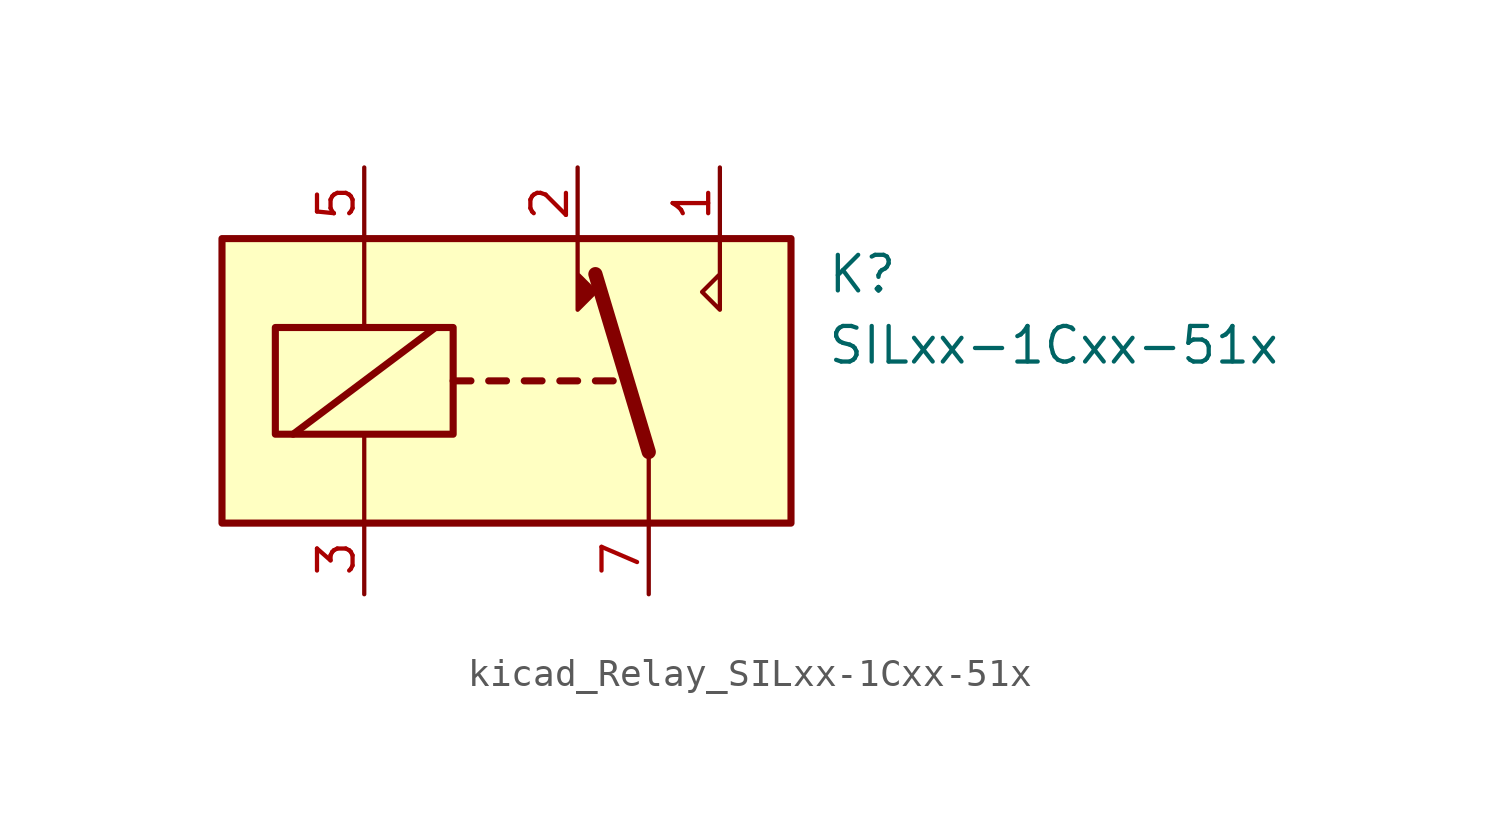
<source format=kicad_sym>
(kicad_symbol_lib
  (version 20220914)
  (generator kicad_symbol_editor)
  (symbol "kicad_Relay_SILxx-1Cxx-51x"
    (property "Reference" "K"
      (at 11.43 3.81 0)
      (effects (font (size 1.27 1.27)) (justify left)))
    (property "Value" "SILxx-1Cxx-51x"
      (at 11.43 1.27 0)
      (effects (font (size 1.27 1.27)) (justify left)))
    (symbol "kicad_Relay_SILxx-1Cxx-51x_0_0"
      (polyline (pts (xy 7.62 5.08) (xy 7.62 2.54) (xy 6.985 3.175) (xy 7.62 3.81)) (stroke (width 0) (type default)) (fill (type none))))
    (symbol "kicad_Relay_SILxx-1Cxx-51x_0_1"
      (rectangle (start -10.16 5.08) (end 10.16 -5.08) (stroke (width 0.254) (type default)) (fill (type background)))
      (rectangle (start -8.255 1.905) (end -1.905 -1.905) (stroke (width 0.254) (type default)) (fill (type none)))
      (polyline (pts (xy -7.62 -1.905) (xy -2.54 1.905)) (stroke (width 0.254) (type default)) (fill (type none)))
      (polyline (pts (xy -5.08 -5.08) (xy -5.08 -1.905)) (stroke (width 0) (type default)) (fill (type none)))
      (polyline (pts (xy -5.08 5.08) (xy -5.08 1.905)) (stroke (width 0) (type default)) (fill (type none)))
      (polyline (pts (xy -1.905 0) (xy -1.27 0)) (stroke (width 0.254) (type default)) (fill (type none)))
      (polyline (pts (xy -0.635 0) (xy 0 0)) (stroke (width 0.254) (type default)) (fill (type none)))
      (polyline (pts (xy 0.635 0) (xy 1.27 0)) (stroke (width 0.254) (type default)) (fill (type none)))
      (polyline (pts (xy 1.905 0) (xy 2.54 0)) (stroke (width 0.254) (type default)) (fill (type none)))
      (polyline (pts (xy 3.175 0) (xy 3.81 0)) (stroke (width 0.254) (type default)) (fill (type none)))
      (polyline (pts (xy 5.08 -2.54) (xy 3.175 3.81)) (stroke (width 0.508) (type default)) (fill (type none)))
      (polyline (pts (xy 5.08 -2.54) (xy 5.08 -5.08)) (stroke (width 0) (type default)) (fill (type none)))
      (polyline (pts (xy 2.54 5.08) (xy 2.54 2.54) (xy 3.175 3.175) (xy 2.54 3.81)) (stroke (width 0) (type default)) (fill (type outline))))
    (symbol "kicad_Relay_SILxx-1Cxx-51x_1_1"
      (pin passive line (at 7.62 7.62 270) (length 2.54) (name "~" (effects (font (size 1.27 1.27)))) (number "1" (effects (font (size 1.27 1.27)))))
      (pin passive line (at 2.54 7.62 270) (length 2.54) (name "~" (effects (font (size 1.27 1.27)))) (number "2" (effects (font (size 1.27 1.27)))))
      (pin passive line (at -5.08 -7.62 90) (length 2.54) (name "~" (effects (font (size 1.27 1.27)))) (number "3" (effects (font (size 1.27 1.27)))))
      (pin passive line (at -5.08 7.62 270) (length 2.54) (name "~" (effects (font (size 1.27 1.27)))) (number "5" (effects (font (size 1.27 1.27)))))
      (pin passive line (at 5.08 -7.62 90) (length 2.54) (name "~" (effects (font (size 1.27 1.27)))) (number "7" (effects (font (size 1.27 1.27))))))))
</source>
